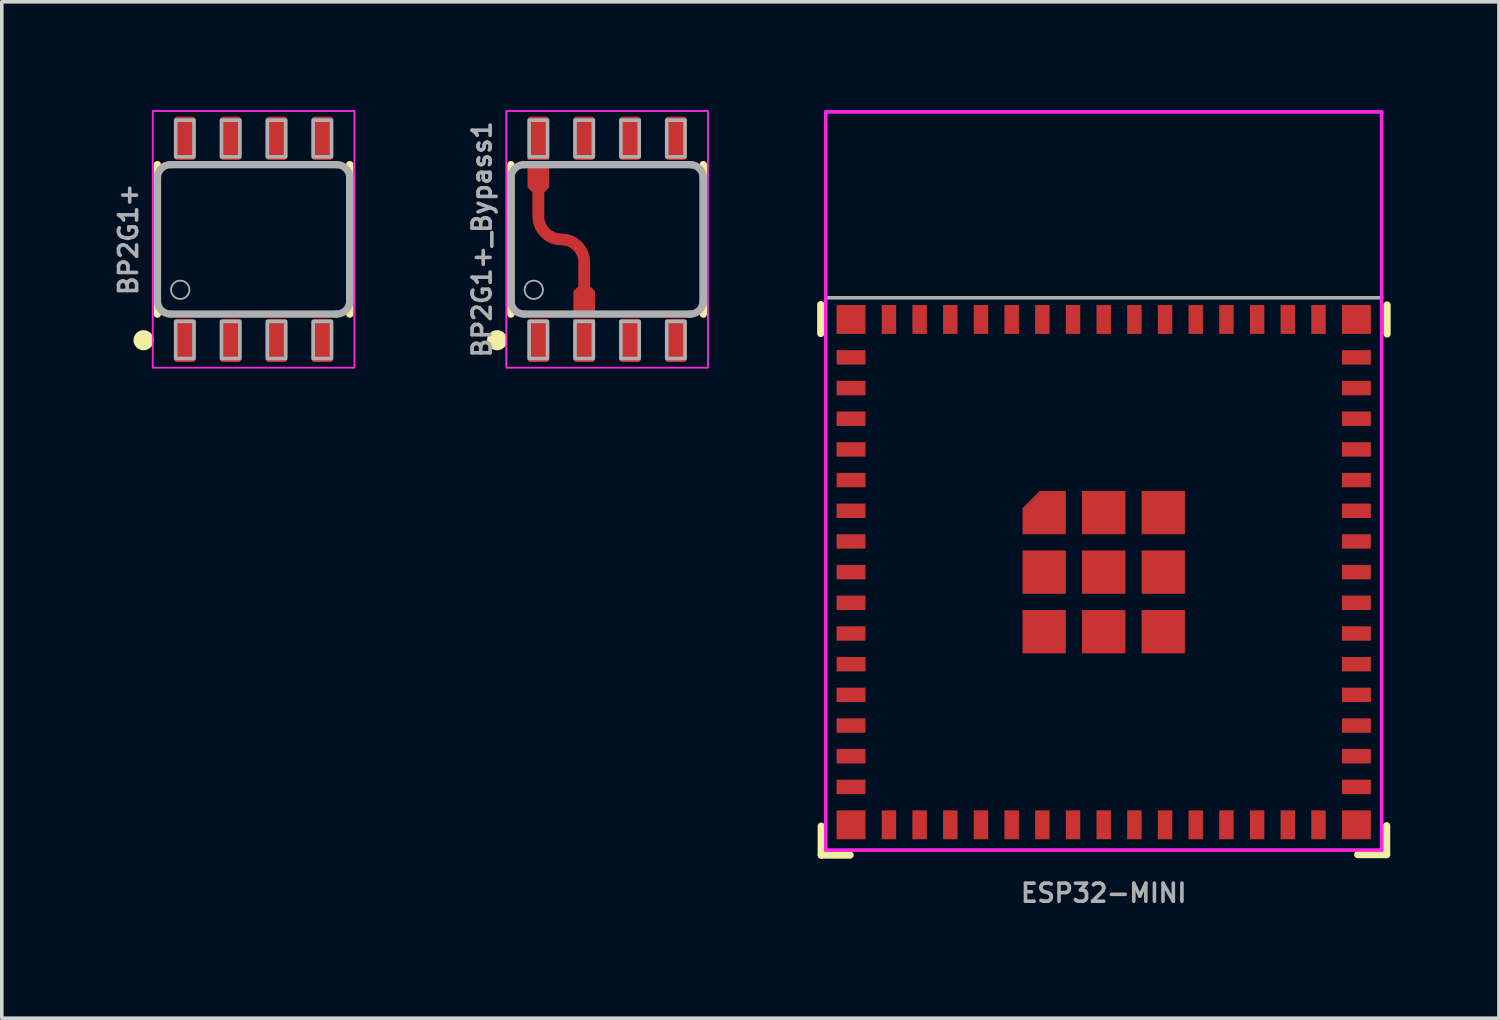
<source format=kicad_pcb>
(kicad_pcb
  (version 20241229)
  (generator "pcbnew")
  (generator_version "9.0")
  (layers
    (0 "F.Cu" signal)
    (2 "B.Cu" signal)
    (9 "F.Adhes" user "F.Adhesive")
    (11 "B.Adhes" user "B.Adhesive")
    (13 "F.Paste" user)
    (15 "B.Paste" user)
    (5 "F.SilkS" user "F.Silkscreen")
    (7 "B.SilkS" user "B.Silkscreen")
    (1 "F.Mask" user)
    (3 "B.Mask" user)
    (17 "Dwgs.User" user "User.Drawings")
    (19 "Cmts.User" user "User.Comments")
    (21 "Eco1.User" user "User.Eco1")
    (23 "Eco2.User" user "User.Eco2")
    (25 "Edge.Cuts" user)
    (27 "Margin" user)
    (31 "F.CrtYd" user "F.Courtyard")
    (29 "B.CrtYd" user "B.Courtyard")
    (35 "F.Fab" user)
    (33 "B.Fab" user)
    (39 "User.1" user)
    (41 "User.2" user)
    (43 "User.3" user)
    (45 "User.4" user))
  (footprint "ESP32-MINI"
    (layer "F.Cu")
    (at 27.526 12.8)
    (property "Reference" "ESP32-MINI" (at 0 8.89 0) (unlocked yes) (layer "F.Fab") (effects (font (size 0.5 0.5) (thickness 0.1) (bold yes))))
    (attr smd)
    (fp_line (start -7.838 -6.612) (end -7.838 -7.412) (stroke (width 0.2) (type solid)) (layer "F.SilkS"))
    (fp_line (start -7.825 7.838) (end -7.825 7.037) (stroke (width 0.2) (type solid)) (layer "F.SilkS"))
    (fp_line (start -7.025 7.838) (end -7.825 7.838) (stroke (width 0.2) (type solid)) (layer "F.SilkS"))
    (fp_line (start 7.838 7.025) (end 7.838 7.825) (stroke (width 0.2) (type solid)) (layer "F.SilkS"))
    (fp_line (start 7.838 7.825) (end 7.037 7.825) (stroke (width 0.2) (type solid)) (layer "F.SilkS"))
    (fp_line (start 7.85 -6.6) (end 7.85 -7.4) (stroke (width 0.2) (type solid)) (layer "F.SilkS"))
    (fp_rect (start -2.053 -0.394) (end -1.247 0.412) (stroke (width 0) (type solid)) (fill yes) (layer "F.Paste"))
    (fp_rect (start -2.053 1.256) (end -1.247 2.062) (stroke (width 0) (type solid)) (fill yes) (layer "F.Paste"))
    (fp_rect (start -1.856 -1.856) (end -1.247 -1.238) (stroke (width 0) (type solid)) (fill yes) (layer "F.Paste"))
    (fp_rect (start -0.403 -2.044) (end 0.403 -1.238) (stroke (width 0) (type solid)) (fill yes) (layer "F.Paste"))
    (fp_rect (start -0.403 -0.394) (end 0.403 0.412) (stroke (width 0) (type solid)) (fill yes) (layer "F.Paste"))
    (fp_rect (start -0.403 1.256) (end 0.403 2.062) (stroke (width 0) (type solid)) (fill yes) (layer "F.Paste"))
    (fp_rect (start 1.247 -0.394) (end 2.053 0.412) (stroke (width 0) (type solid)) (fill yes) (layer "F.Paste"))
    (fp_rect (start 1.247 1.256) (end 2.053 2.062) (stroke (width 0) (type solid)) (fill yes) (layer "F.Paste"))
    (fp_rect (start 1.256 -2.044) (end 2.062 -1.238) (stroke (width 0) (type solid)) (fill yes) (layer "F.Paste"))
    (fp_line (start -7.7 -12.75) (end 7.7 -12.75) (stroke (width 0.1) (type solid)) (layer "F.CrtYd"))
    (fp_line (start -7.7 7.7) (end -7.7 -12.75) (stroke (width 0.1) (type solid)) (layer "F.CrtYd"))
    (fp_line (start 7.7 -12.75) (end 7.7 7.7) (stroke (width 0.1) (type solid)) (layer "F.CrtYd"))
    (fp_line (start 7.7 7.7) (end -7.7 7.7) (stroke (width 0.1) (type solid)) (layer "F.CrtYd"))
    (fp_line (start -7.7 -7.6) (end 7.7 -7.6) (stroke (width 0.1) (type solid)) (layer "F.Fab"))
    (pad "1" smd rect (at -7 -5.95) (size 0.8 0.4) (layers "F.Cu" "F.Mask" "F.Paste"))
    (pad "2" smd rect (at -7 -5.1) (size 0.8 0.4) (layers "F.Cu" "F.Mask" "F.Paste"))
    (pad "3" smd rect (at -7 -4.25) (size 0.8 0.4) (layers "F.Cu" "F.Mask" "F.Paste"))
    (pad "4" smd rect (at -7 -3.4) (size 0.8 0.4) (layers "F.Cu" "F.Mask" "F.Paste"))
    (pad "5" smd rect (at -7 -2.55) (size 0.8 0.4) (layers "F.Cu" "F.Mask" "F.Paste"))
    (pad "6" smd rect (at -7 -1.7) (size 0.8 0.4) (layers "F.Cu" "F.Mask" "F.Paste"))
    (pad "7" smd rect (at -7 -0.85) (size 0.8 0.4) (layers "F.Cu" "F.Mask" "F.Paste"))
    (pad "8" smd rect (at -7 0) (size 0.8 0.4) (layers "F.Cu" "F.Mask" "F.Paste"))
    (pad "9" smd rect (at -7 0.85) (size 0.8 0.4) (layers "F.Cu" "F.Mask" "F.Paste"))
    (pad "10" smd rect (at -7 1.7) (size 0.8 0.4) (layers "F.Cu" "F.Mask" "F.Paste"))
    (pad "11" smd rect (at -7 2.55) (size 0.8 0.4) (layers "F.Cu" "F.Mask" "F.Paste"))
    (pad "12" smd rect (at -7 3.4) (size 0.8 0.4) (layers "F.Cu" "F.Mask" "F.Paste"))
    (pad "13" smd rect (at -7 4.25) (size 0.8 0.4) (layers "F.Cu" "F.Mask" "F.Paste"))
    (pad "14" smd rect (at -7 5.1) (size 0.8 0.4) (layers "F.Cu" "F.Mask" "F.Paste"))
    (pad "15" smd rect (at -7 5.95) (size 0.8 0.4) (layers "F.Cu" "F.Mask" "F.Paste"))
    (pad "16" smd rect (at -5.95 7 90) (size 0.8 0.4) (layers "F.Cu" "F.Mask" "F.Paste"))
    (pad "17" smd rect (at -5.1 7 90) (size 0.8 0.4) (layers "F.Cu" "F.Mask" "F.Paste"))
    (pad "18" smd rect (at -4.25 7 90) (size 0.8 0.4) (layers "F.Cu" "F.Mask" "F.Paste"))
    (pad "19" smd rect (at -3.4 7 90) (size 0.8 0.4) (layers "F.Cu" "F.Mask" "F.Paste"))
    (pad "20" smd rect (at -2.55 7 90) (size 0.8 0.4) (layers "F.Cu" "F.Mask" "F.Paste"))
    (pad "21" smd rect (at -1.7 7 90) (size 0.8 0.4) (layers "F.Cu" "F.Mask" "F.Paste"))
    (pad "22" smd rect (at -0.85 7 90) (size 0.8 0.4) (layers "F.Cu" "F.Mask" "F.Paste"))
    (pad "23" smd rect (at 0 7 90) (size 0.8 0.4) (layers "F.Cu" "F.Mask" "F.Paste"))
    (pad "24" smd rect (at 0.85 7 90) (size 0.8 0.4) (layers "F.Cu" "F.Mask" "F.Paste"))
    (pad "25" smd rect (at 1.7 7 90) (size 0.8 0.4) (layers "F.Cu" "F.Mask" "F.Paste"))
    (pad "26" smd rect (at 2.55 7 90) (size 0.8 0.4) (layers "F.Cu" "F.Mask" "F.Paste"))
    (pad "27" smd rect (at 3.4 7 90) (size 0.8 0.4) (layers "F.Cu" "F.Mask" "F.Paste"))
    (pad "28" smd rect (at 4.25 7 90) (size 0.8 0.4) (layers "F.Cu" "F.Mask" "F.Paste"))
    (pad "29" smd rect (at 5.1 7 90) (size 0.8 0.4) (layers "F.Cu" "F.Mask" "F.Paste"))
    (pad "30" smd rect (at 5.95 7 90) (size 0.8 0.4) (layers "F.Cu" "F.Mask" "F.Paste"))
    (pad "31" smd rect (at 7 5.95) (size 0.8 0.4) (layers "F.Cu" "F.Mask" "F.Paste"))
    (pad "32" smd rect (at 7 5.1) (size 0.8 0.4) (layers "F.Cu" "F.Mask" "F.Paste"))
    (pad "33" smd rect (at 7 4.25) (size 0.8 0.4) (layers "F.Cu" "F.Mask" "F.Paste"))
    (pad "34" smd rect (at 7 3.4) (size 0.8 0.4) (layers "F.Cu" "F.Mask" "F.Paste"))
    (pad "35" smd rect (at 7 2.55) (size 0.8 0.4) (layers "F.Cu" "F.Mask" "F.Paste"))
    (pad "36" smd rect (at 7 1.7) (size 0.8 0.4) (layers "F.Cu" "F.Mask" "F.Paste"))
    (pad "37" smd rect (at 7 0.85) (size 0.8 0.4) (layers "F.Cu" "F.Mask" "F.Paste"))
    (pad "38" smd rect (at 7 0) (size 0.8 0.4) (layers "F.Cu" "F.Mask" "F.Paste"))
    (pad "39" smd rect (at 7 -0.85) (size 0.8 0.4) (layers "F.Cu" "F.Mask" "F.Paste"))
    (pad "40" smd rect (at 7 -1.7) (size 0.8 0.4) (layers "F.Cu" "F.Mask" "F.Paste"))
    (pad "41" smd rect (at 7 -2.55) (size 0.8 0.4) (layers "F.Cu" "F.Mask" "F.Paste"))
    (pad "42" smd rect (at 7 -3.4) (size 0.8 0.4) (layers "F.Cu" "F.Mask" "F.Paste"))
    (pad "43" smd rect (at 7 -4.25) (size 0.8 0.4) (layers "F.Cu" "F.Mask" "F.Paste"))
    (pad "44" smd rect (at 7 -5.1) (size 0.8 0.4) (layers "F.Cu" "F.Mask" "F.Paste"))
    (pad "45" smd rect (at 7 -5.95) (size 0.8 0.4) (layers "F.Cu" "F.Mask" "F.Paste"))
    (pad "46" smd rect (at 5.95 -7 90) (size 0.8 0.4) (layers "F.Cu" "F.Mask" "F.Paste"))
    (pad "47" smd rect (at 5.1 -7 90) (size 0.8 0.4) (layers "F.Cu" "F.Mask" "F.Paste"))
    (pad "48" smd rect (at 4.25 -7 90) (size 0.8 0.4) (layers "F.Cu" "F.Mask" "F.Paste"))
    (pad "49" smd rect (at 3.4 -7 90) (size 0.8 0.4) (layers "F.Cu" "F.Mask" "F.Paste"))
    (pad "50" smd rect (at 2.55 -7 90) (size 0.8 0.4) (layers "F.Cu" "F.Mask" "F.Paste"))
    (pad "51" smd rect (at 1.7 -7 90) (size 0.8 0.4) (layers "F.Cu" "F.Mask" "F.Paste"))
    (pad "52" smd rect (at 0.85 -7 90) (size 0.8 0.4) (layers "F.Cu" "F.Mask" "F.Paste"))
    (pad "53" smd rect (at 0 -7 90) (size 0.8 0.4) (layers "F.Cu" "F.Mask" "F.Paste"))
    (pad "54" smd rect (at -0.85 -7 90) (size 0.8 0.4) (layers "F.Cu" "F.Mask" "F.Paste"))
    (pad "55" smd rect (at -1.7 -7 90) (size 0.8 0.4) (layers "F.Cu" "F.Mask" "F.Paste"))
    (pad "56" smd rect (at -2.55 -7 90) (size 0.8 0.4) (layers "F.Cu" "F.Mask" "F.Paste"))
    (pad "57" smd rect (at -3.4 -7 90) (size 0.8 0.4) (layers "F.Cu" "F.Mask" "F.Paste"))
    (pad "58" smd rect (at -4.25 -7 90) (size 0.8 0.4) (layers "F.Cu" "F.Mask" "F.Paste"))
    (pad "59" smd rect (at -5.1 -7 90) (size 0.8 0.4) (layers "F.Cu" "F.Mask" "F.Paste"))
    (pad "60" smd rect (at -5.95 -7 90) (size 0.8 0.4) (layers "F.Cu" "F.Mask" "F.Paste"))
    (pad "61" smd roundrect (at -1.65 -1.65) (size 1.2 1.2) (layers "F.Cu" "F.Mask") (roundrect_rratio 0) (chamfer_ratio 0.4) (chamfer top_left))
    (pad "61" smd rect (at -1.65 0) (size 1.2 1.2) (layers "F.Cu" "F.Mask"))
    (pad "61" smd rect (at -1.65 1.65) (size 1.2 1.2) (layers "F.Cu" "F.Mask"))
    (pad "61" smd rect (at 0 -1.65) (size 1.2 1.2) (layers "F.Cu" "F.Mask"))
    (pad "61" smd rect (at 0 0) (size 1.2 1.2) (layers "F.Cu" "F.Mask"))
    (pad "61" smd rect (at 0 1.65) (size 1.2 1.2) (layers "F.Cu" "F.Mask"))
    (pad "61" smd rect (at 1.65 -1.65) (size 1.2 1.2) (layers "F.Cu" "F.Mask"))
    (pad "61" smd rect (at 1.65 0) (size 1.2 1.2) (layers "F.Cu" "F.Mask"))
    (pad "61" smd rect (at 1.65 1.65) (size 1.2 1.2) (layers "F.Cu" "F.Mask"))
    (pad "62" smd rect (at -7 -7) (size 0.8 0.8) (layers "F.Cu" "F.Mask" "F.Paste"))
    (pad "63" smd rect (at -7 7) (size 0.8 0.8) (layers "F.Cu" "F.Mask" "F.Paste"))
    (pad "64" smd rect (at 7 7) (size 0.8 0.8) (layers "F.Cu" "F.Mask" "F.Paste"))
    (pad "65" smd rect (at 7 -7) (size 0.8 0.8) (layers "F.Cu" "F.Mask" "F.Paste"))
    (zone (net_name "") (layers "F.Cu" "B.Cu") (name "Antenna Keepout") (hatch edge 0.5) (connect_pads) (min_thickness 0.25) (filled_areas_thickness no) (keepout (tracks not_allowed) (vias not_allowed) (pads not_allowed) (copperpour not_allowed) (footprints allowed)) (placement (enabled no)) (fill) (polygon (pts (xy 19.794 5.169) (xy 35.257 5.169) (xy 35.257 0) (xy 19.794 0)))))
  (footprint "BP2G1+_Bypass1"
    (layer "F.Cu")
    (at 13.769 3.581)
    (property "Reference" "BP2G1+_Bypass1" (at -3.175 0 90) (layer "F.Fab") (effects (font (size 0.5 0.5) (thickness 0.1) (bold yes)) (justify bottom)))
    (attr smd allow_soldermask_bridges)
    (fp_rect (start -1.575 -3.45) (end -2.235 -1.354) (stroke (width 0.1) (type solid)) (fill yes) (layer "F.Mask"))
    (fp_rect (start -0.965 1.362) (end -0.305 3.454) (stroke (width 0.1) (type solid)) (fill yes) (layer "F.Mask"))
    (fp_line (start -2.665 2.07) (end -2.665 -2.07) (stroke (width 0.203) (type solid)) (layer "F.SilkS"))
    (fp_line (start 2.665 2.07) (end 2.665 -2.07) (stroke (width 0.203) (type solid)) (layer "F.SilkS"))
    (fp_circle (center -3.048 2.794) (end -2.794 2.794) (stroke (width 0.05) (type solid)) (fill yes) (layer "F.SilkS"))
    (fp_poly (pts (xy -2.2 -2.4) (xy -1.6 -2.4) (xy -1.6 -3.4) (xy -2.2 -3.4)) (stroke (width 0) (type default)) (fill yes) (layer "F.Paste"))
    (fp_poly (pts (xy -0.935 3.4) (xy -0.335 3.4) (xy -0.335 2.4) (xy -0.935 2.4)) (stroke (width 0) (type default)) (fill yes) (layer "F.Paste"))
    (fp_rect (start -2.794 -3.556) (end 2.794 3.556) (stroke (width 0.05) (type default)) (fill no) (layer "F.CrtYd"))
    (fp_line (start -2.665 1.705) (end -2.665 -1.705) (stroke (width 0.203) (type solid)) (layer "F.Fab"))
    (fp_line (start -2.3 2.07) (end 2.3 2.07) (stroke (width 0.203) (type solid)) (layer "F.Fab"))
    (fp_line (start 2.3 -2.07) (end -2.3 -2.07) (stroke (width 0.203) (type solid)) (layer "F.Fab"))
    (fp_line (start 2.665 1.705) (end 2.665 -1.705) (stroke (width 0.203) (type solid)) (layer "F.Fab"))
    (fp_arc (start -2.665 -1.705) (mid -2.558115 -1.963117) (end -2.299998 -2.07) (stroke (width 0.2032) (type solid)) (layer "F.Fab"))
    (fp_arc (start -2.299999 2.07) (mid -2.55815 1.96315) (end -2.665 1.705) (stroke (width 0.2032) (type solid)) (layer "F.Fab"))
    (fp_arc (start 2.3 -2.07) (mid 2.558123 -1.963121) (end 2.665 -1.704998) (stroke (width 0.2032) (type solid)) (layer "F.Fab"))
    (fp_arc (start 2.665 1.705) (mid 2.558094 1.963094) (end 2.3 2.07) (stroke (width 0.2032) (type solid)) (layer "F.Fab"))
    (fp_circle (center -2.032 1.397) (end -1.778 1.397) (stroke (width 0.05) (type solid)) (fill no) (layer "F.Fab"))
    (fp_poly (pts (xy -2.159 -2.286) (xy -1.651 -2.286) (xy -1.651 -3.302) (xy -2.159 -3.302)) (stroke (width 0.1) (type default)) (fill no) (layer "F.Fab"))
    (fp_poly (pts (xy -2.159 3.302) (xy -1.651 3.302) (xy -1.651 2.273) (xy -2.159 2.273)) (stroke (width 0.1) (type default)) (fill no) (layer "F.Fab"))
    (fp_poly (pts (xy -0.889 -2.286) (xy -0.381 -2.286) (xy -0.381 -3.302) (xy -0.889 -3.302)) (stroke (width 0.1) (type default)) (fill no) (layer "F.Fab"))
    (fp_poly (pts (xy -0.889 3.302) (xy -0.381 3.302) (xy -0.381 2.273) (xy -0.889 2.273)) (stroke (width 0.1) (type default)) (fill no) (layer "F.Fab"))
    (fp_poly (pts (xy 0.381 -2.286) (xy 0.889 -2.286) (xy 0.889 -3.302) (xy 0.381 -3.302)) (stroke (width 0.1) (type default)) (fill no) (layer "F.Fab"))
    (fp_poly (pts (xy 0.381 3.302) (xy 0.889 3.302) (xy 0.889 2.273) (xy 0.381 2.273)) (stroke (width 0.1) (type default)) (fill no) (layer "F.Fab"))
    (fp_poly (pts (xy 1.651 -2.286) (xy 2.159 -2.286) (xy 2.159 -3.302) (xy 1.651 -3.302)) (stroke (width 0.1) (type default)) (fill no) (layer "F.Fab"))
    (fp_poly (pts (xy 1.651 3.302) (xy 2.159 3.302) (xy 2.159 2.273) (xy 1.651 2.273)) (stroke (width 0.1) (type default)) (fill no) (layer "F.Fab"))
    (pad "1" smd roundrect (at -1.905 2.8) (size 0.6 1.2) (layers "F.Cu" "F.Mask" "F.Paste") (roundrect_rratio 0.15))
    (pad "2" smd roundrect (at -0.635 2.8) (size 0.6 1.2) (layers "F.Cu") (roundrect_rratio 0.15) (chamfer_ratio 0) (chamfer top_left top_right))
    (pad "3" smd roundrect (at 0.635 2.8) (size 0.6 1.2) (layers "F.Cu" "F.Mask" "F.Paste") (roundrect_rratio 0.15))
    (pad "4" smd roundrect (at 1.905 2.8) (size 0.6 1.2) (layers "F.Cu" "F.Mask" "F.Paste") (roundrect_rratio 0.15))
    (pad "5" smd roundrect (at 1.905 -2.8) (size 0.6 1.2) (layers "F.Cu" "F.Mask" "F.Paste") (roundrect_rratio 0.15))
    (pad "6" smd roundrect (at 0.635 -2.8) (size 0.6 1.2) (layers "F.Cu" "F.Mask" "F.Paste") (roundrect_rratio 0.15))
    (pad "7" smd roundrect (at -0.635 -2.8) (size 0.6 1.2) (layers "F.Cu" "F.Mask" "F.Paste") (roundrect_rratio 0.15))
    (pad "8" smd roundrect (at -1.905 -2.8) (size 0.6 1.2) (layers "F.Cu") (roundrect_rratio 0.15) (chamfer_ratio 0) (chamfer bottom_left bottom_right))
    (pad "9" smd custom (at -0.635 1.74) (size 0.6 0.6) (layers "F.Cu") (options (anchor rect)) (primitives (gr_poly (pts (xy -0.3 -0.2) (xy 0.3 -0.2) (xy 0.3 -0.3) (xy 0.1 -0.5) (xy -0.1 -0.5) (xy -0.3 -0.3)) (width 0) (fill yes)) (gr_line (start 0 -0.33) (end 0 -1.105) (width 0.33)) (gr_arc (start -0.635 -1.74) (mid -0.185987 -1.554013) (end 0 -1.105) (width 0.33)) (gr_arc (start -0.635 -1.74) (mid -1.084013 -1.925987) (end -1.27 -2.375) (width 0.33)) (gr_line (start -1.27 -2.375) (end -1.27 -3.15) (width 0.33)) (gr_poly (pts (xy -0.97 -3.28) (xy -1.57 -3.28) (xy -1.57 -3.18) (xy -1.37 -2.98) (xy -1.17 -2.98) (xy -0.97 -3.18)) (width 0) (fill yes)) (gr_poly (pts (xy -1.57 -3.18) (xy -0.97 -3.18) (xy -0.97 -3.78) (xy -1.57 -3.78)) (width 0) (fill yes)))))
  (footprint "BP2G1+"
    (layer "F.Cu")
    (at 3.975 3.581)
    (property "Reference" "BP2G1+" (at -3.175 0 90) (layer "F.Fab") (effects (font (size 0.5 0.5) (thickness 0.1) (bold yes)) (justify bottom)))
    (attr smd)
    (fp_line (start -2.665 2.07) (end -2.665 -2.07) (stroke (width 0.203) (type solid)) (layer "F.SilkS"))
    (fp_line (start 2.665 2.07) (end 2.665 -2.07) (stroke (width 0.203) (type solid)) (layer "F.SilkS"))
    (fp_circle (center -3.048 2.794) (end -2.794 2.794) (stroke (width 0.05) (type solid)) (fill yes) (layer "F.SilkS"))
    (fp_rect (start -2.794 -3.556) (end 2.794 3.556) (stroke (width 0.05) (type default)) (fill no) (layer "F.CrtYd"))
    (fp_line (start -2.665 1.705) (end -2.665 -1.705) (stroke (width 0.203) (type solid)) (layer "F.Fab"))
    (fp_line (start -2.3 2.07) (end 2.3 2.07) (stroke (width 0.203) (type solid)) (layer "F.Fab"))
    (fp_line (start 2.3 -2.07) (end -2.3 -2.07) (stroke (width 0.203) (type solid)) (layer "F.Fab"))
    (fp_line (start 2.665 1.705) (end 2.665 -1.705) (stroke (width 0.203) (type solid)) (layer "F.Fab"))
    (fp_arc (start -2.665 -1.705) (mid -2.558115 -1.963117) (end -2.299998 -2.07) (stroke (width 0.2032) (type solid)) (layer "F.Fab"))
    (fp_arc (start -2.299999 2.07) (mid -2.55815 1.96315) (end -2.665 1.705) (stroke (width 0.2032) (type solid)) (layer "F.Fab"))
    (fp_arc (start 2.3 -2.07) (mid 2.558123 -1.963121) (end 2.665 -1.704998) (stroke (width 0.2032) (type solid)) (layer "F.Fab"))
    (fp_arc (start 2.665 1.705) (mid 2.558094 1.963094) (end 2.3 2.07) (stroke (width 0.2032) (type solid)) (layer "F.Fab"))
    (fp_circle (center -2.032 1.397) (end -1.778 1.397) (stroke (width 0.05) (type solid)) (fill no) (layer "F.Fab"))
    (fp_poly (pts (xy -2.159 -2.286) (xy -1.651 -2.286) (xy -1.651 -3.302) (xy -2.159 -3.302)) (stroke (width 0.1) (type default)) (fill no) (layer "F.Fab"))
    (fp_poly (pts (xy -2.159 3.302) (xy -1.651 3.302) (xy -1.651 2.273) (xy -2.159 2.273)) (stroke (width 0.1) (type default)) (fill no) (layer "F.Fab"))
    (fp_poly (pts (xy -0.889 -2.286) (xy -0.381 -2.286) (xy -0.381 -3.302) (xy -0.889 -3.302)) (stroke (width 0.1) (type default)) (fill no) (layer "F.Fab"))
    (fp_poly (pts (xy -0.889 3.302) (xy -0.381 3.302) (xy -0.381 2.273) (xy -0.889 2.273)) (stroke (width 0.1) (type default)) (fill no) (layer "F.Fab"))
    (fp_poly (pts (xy 0.381 -2.286) (xy 0.889 -2.286) (xy 0.889 -3.302) (xy 0.381 -3.302)) (stroke (width 0.1) (type default)) (fill no) (layer "F.Fab"))
    (fp_poly (pts (xy 0.381 3.302) (xy 0.889 3.302) (xy 0.889 2.273) (xy 0.381 2.273)) (stroke (width 0.1) (type default)) (fill no) (layer "F.Fab"))
    (fp_poly (pts (xy 1.651 -2.286) (xy 2.159 -2.286) (xy 2.159 -3.302) (xy 1.651 -3.302)) (stroke (width 0.1) (type default)) (fill no) (layer "F.Fab"))
    (fp_poly (pts (xy 1.651 3.302) (xy 2.159 3.302) (xy 2.159 2.273) (xy 1.651 2.273)) (stroke (width 0.1) (type default)) (fill no) (layer "F.Fab"))
    (pad "1" smd roundrect (at -1.905 2.8) (size 0.6 1.2) (layers "F.Cu" "F.Mask" "F.Paste") (roundrect_rratio 0.15))
    (pad "2" smd roundrect (at -0.635 2.8) (size 0.6 1.2) (layers "F.Cu" "F.Mask" "F.Paste") (roundrect_rratio 0.15))
    (pad "3" smd roundrect (at 0.635 2.8) (size 0.6 1.2) (layers "F.Cu" "F.Mask" "F.Paste") (roundrect_rratio 0.15))
    (pad "4" smd roundrect (at 1.905 2.8) (size 0.6 1.2) (layers "F.Cu" "F.Mask" "F.Paste") (roundrect_rratio 0.15))
    (pad "5" smd roundrect (at 1.905 -2.8) (size 0.6 1.2) (layers "F.Cu" "F.Mask" "F.Paste") (roundrect_rratio 0.15))
    (pad "6" smd roundrect (at 0.635 -2.8) (size 0.6 1.2) (layers "F.Cu" "F.Mask" "F.Paste") (roundrect_rratio 0.15))
    (pad "7" smd roundrect (at -0.635 -2.8) (size 0.6 1.2) (layers "F.Cu" "F.Mask" "F.Paste") (roundrect_rratio 0.15))
    (pad "8" smd roundrect (at -1.905 -2.8) (size 0.6 1.2) (layers "F.Cu" "F.Mask" "F.Paste") (roundrect_rratio 0.15)))
  (gr_rect
    (start -3 -3)
    (end 38.475 25.158)
    (stroke (width 0.1) (type default))
    (fill no)
    (layer "Edge.Cuts")))
</source>
